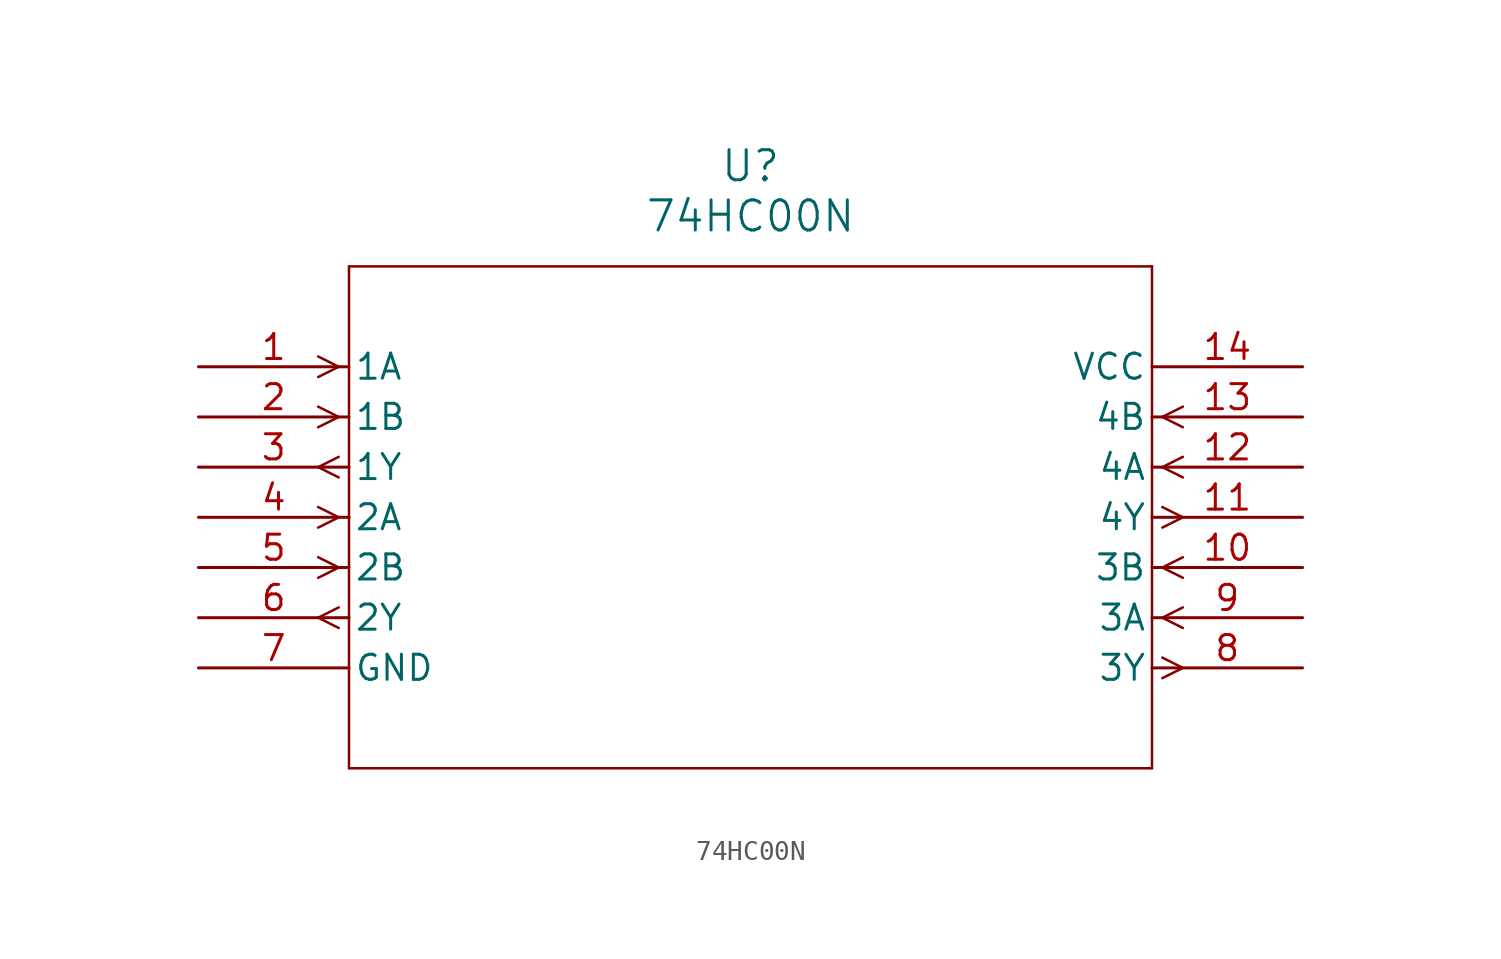
<source format=kicad_sym>
(kicad_symbol_lib
  (version 20211014)
  (generator kicad_symbol_editor)
  (symbol "74HC00N"
    (pin_names
      (offset 0.254))
    (property "Reference" "U"
      (at 27.94 10.16 0)
      (effects (font (size 1.524 1.524))))
    (property "Value" "74HC00N"
      (at 27.94 7.62 0)
      (effects (font (size 1.524 1.524))))
    (symbol "74HC00N_0_1"
      (polyline (pts (xy 7.099 0) (xy 6.058 0.521)) (stroke (width 0.127) (type default) (color 0 0 0 0)) (fill (type none)))
      (polyline (pts (xy 7.099 0) (xy 6.058 -0.521)) (stroke (width 0.127) (type default) (color 0 0 0 0)) (fill (type none)))
      (polyline (pts (xy 7.099 -2.54) (xy 6.058 -2.019)) (stroke (width 0.127) (type default) (color 0 0 0 0)) (fill (type none)))
      (polyline (pts (xy 7.099 -2.54) (xy 6.058 -3.061)) (stroke (width 0.127) (type default) (color 0 0 0 0)) (fill (type none)))
      (polyline (pts (xy 7.099 -4.559) (xy 6.058 -5.08)) (stroke (width 0.127) (type default) (color 0 0 0 0)) (fill (type none)))
      (polyline (pts (xy 7.099 -5.601) (xy 6.058 -5.08)) (stroke (width 0.127) (type default) (color 0 0 0 0)) (fill (type none)))
      (polyline (pts (xy 7.099 -7.62) (xy 6.058 -7.099)) (stroke (width 0.127) (type default) (color 0 0 0 0)) (fill (type none)))
      (polyline (pts (xy 7.099 -7.62) (xy 6.058 -8.141)) (stroke (width 0.127) (type default) (color 0 0 0 0)) (fill (type none)))
      (polyline (pts (xy 7.099 -10.16) (xy 6.058 -9.639)) (stroke (width 0.127) (type default) (color 0 0 0 0)) (fill (type none)))
      (polyline (pts (xy 7.099 -10.16) (xy 6.058 -10.681)) (stroke (width 0.127) (type default) (color 0 0 0 0)) (fill (type none)))
      (polyline (pts (xy 7.099 -12.179) (xy 6.058 -12.7)) (stroke (width 0.127) (type default) (color 0 0 0 0)) (fill (type none)))
      (polyline (pts (xy 7.099 -13.221) (xy 6.058 -12.7)) (stroke (width 0.127) (type default) (color 0 0 0 0)) (fill (type none)))
      (polyline (pts (xy 48.781 -14.719) (xy 49.822 -15.24)) (stroke (width 0.127) (type default) (color 0 0 0 0)) (fill (type none)))
      (polyline (pts (xy 48.781 -15.761) (xy 49.822 -15.24)) (stroke (width 0.127) (type default) (color 0 0 0 0)) (fill (type none)))
      (polyline (pts (xy 48.781 -12.7) (xy 49.822 -12.179)) (stroke (width 0.127) (type default) (color 0 0 0 0)) (fill (type none)))
      (polyline (pts (xy 48.781 -12.7) (xy 49.822 -13.221)) (stroke (width 0.127) (type default) (color 0 0 0 0)) (fill (type none)))
      (polyline (pts (xy 48.781 -10.16) (xy 49.822 -9.639)) (stroke (width 0.127) (type default) (color 0 0 0 0)) (fill (type none)))
      (polyline (pts (xy 48.781 -10.16) (xy 49.822 -10.681)) (stroke (width 0.127) (type default) (color 0 0 0 0)) (fill (type none)))
      (polyline (pts (xy 48.781 -7.099) (xy 49.822 -7.62)) (stroke (width 0.127) (type default) (color 0 0 0 0)) (fill (type none)))
      (polyline (pts (xy 48.781 -8.141) (xy 49.822 -7.62)) (stroke (width 0.127) (type default) (color 0 0 0 0)) (fill (type none)))
      (polyline (pts (xy 48.781 -5.08) (xy 49.822 -4.559)) (stroke (width 0.127) (type default) (color 0 0 0 0)) (fill (type none)))
      (polyline (pts (xy 48.781 -5.08) (xy 49.822 -5.601)) (stroke (width 0.127) (type default) (color 0 0 0 0)) (fill (type none)))
      (polyline (pts (xy 48.781 -2.54) (xy 49.822 -2.019)) (stroke (width 0.127) (type default) (color 0 0 0 0)) (fill (type none)))
      (polyline (pts (xy 48.781 -2.54) (xy 49.822 -3.061)) (stroke (width 0.127) (type default) (color 0 0 0 0)) (fill (type none)))
      (polyline (pts (xy 7.62 5.08) (xy 7.62 -20.32)) (stroke (width 0.127) (type default) (color 0 0 0 0)) (fill (type none)))
      (polyline (pts (xy 7.62 -20.32) (xy 48.26 -20.32)) (stroke (width 0.127) (type default) (color 0 0 0 0)) (fill (type none)))
      (polyline (pts (xy 48.26 -20.32) (xy 48.26 5.08)) (stroke (width 0.127) (type default) (color 0 0 0 0)) (fill (type none)))
      (polyline (pts (xy 48.26 5.08) (xy 7.62 5.08)) (stroke (width 0.127) (type default) (color 0 0 0 0)) (fill (type none)))
      (pin input line (at 0 0 0) (length 7.62) (name "1A" (effects (font (size 1.27 1.27)))) (number "1" (effects (font (size 1.27 1.27)))))
      (pin input line (at 0 -2.54 0) (length 7.62) (name "1B" (effects (font (size 1.27 1.27)))) (number "2" (effects (font (size 1.27 1.27)))))
      (pin output line (at 0 -5.08 0) (length 7.62) (name "1Y" (effects (font (size 1.27 1.27)))) (number "3" (effects (font (size 1.27 1.27)))))
      (pin input line (at 0 -7.62 0) (length 7.62) (name "2A" (effects (font (size 1.27 1.27)))) (number "4" (effects (font (size 1.27 1.27)))))
      (pin input line (at 0 -10.16 0) (length 7.62) (name "2B" (effects (font (size 1.27 1.27)))) (number "5" (effects (font (size 1.27 1.27)))))
      (pin output line (at 0 -12.7 0) (length 7.62) (name "2Y" (effects (font (size 1.27 1.27)))) (number "6" (effects (font (size 1.27 1.27)))))
      (pin power_in line (at 0 -15.24 0) (length 7.62) (name "GND" (effects (font (size 1.27 1.27)))) (number "7" (effects (font (size 1.27 1.27)))))
      (pin output line (at 55.88 -15.24 180) (length 7.62) (name "3Y" (effects (font (size 1.27 1.27)))) (number "8" (effects (font (size 1.27 1.27)))))
      (pin input line (at 55.88 -12.7 180) (length 7.62) (name "3A" (effects (font (size 1.27 1.27)))) (number "9" (effects (font (size 1.27 1.27)))))
      (pin input line (at 55.88 -10.16 180) (length 7.62) (name "3B" (effects (font (size 1.27 1.27)))) (number "10" (effects (font (size 1.27 1.27)))))
      (pin output line (at 55.88 -7.62 180) (length 7.62) (name "4Y" (effects (font (size 1.27 1.27)))) (number "11" (effects (font (size 1.27 1.27)))))
      (pin input line (at 55.88 -5.08 180) (length 7.62) (name "4A" (effects (font (size 1.27 1.27)))) (number "12" (effects (font (size 1.27 1.27)))))
      (pin input line (at 55.88 -2.54 180) (length 7.62) (name "4B" (effects (font (size 1.27 1.27)))) (number "13" (effects (font (size 1.27 1.27)))))
      (pin power_in line (at 55.88 0 180) (length 7.62) (name "VCC" (effects (font (size 1.27 1.27)))) (number "14" (effects (font (size 1.27 1.27))))))))
</source>
